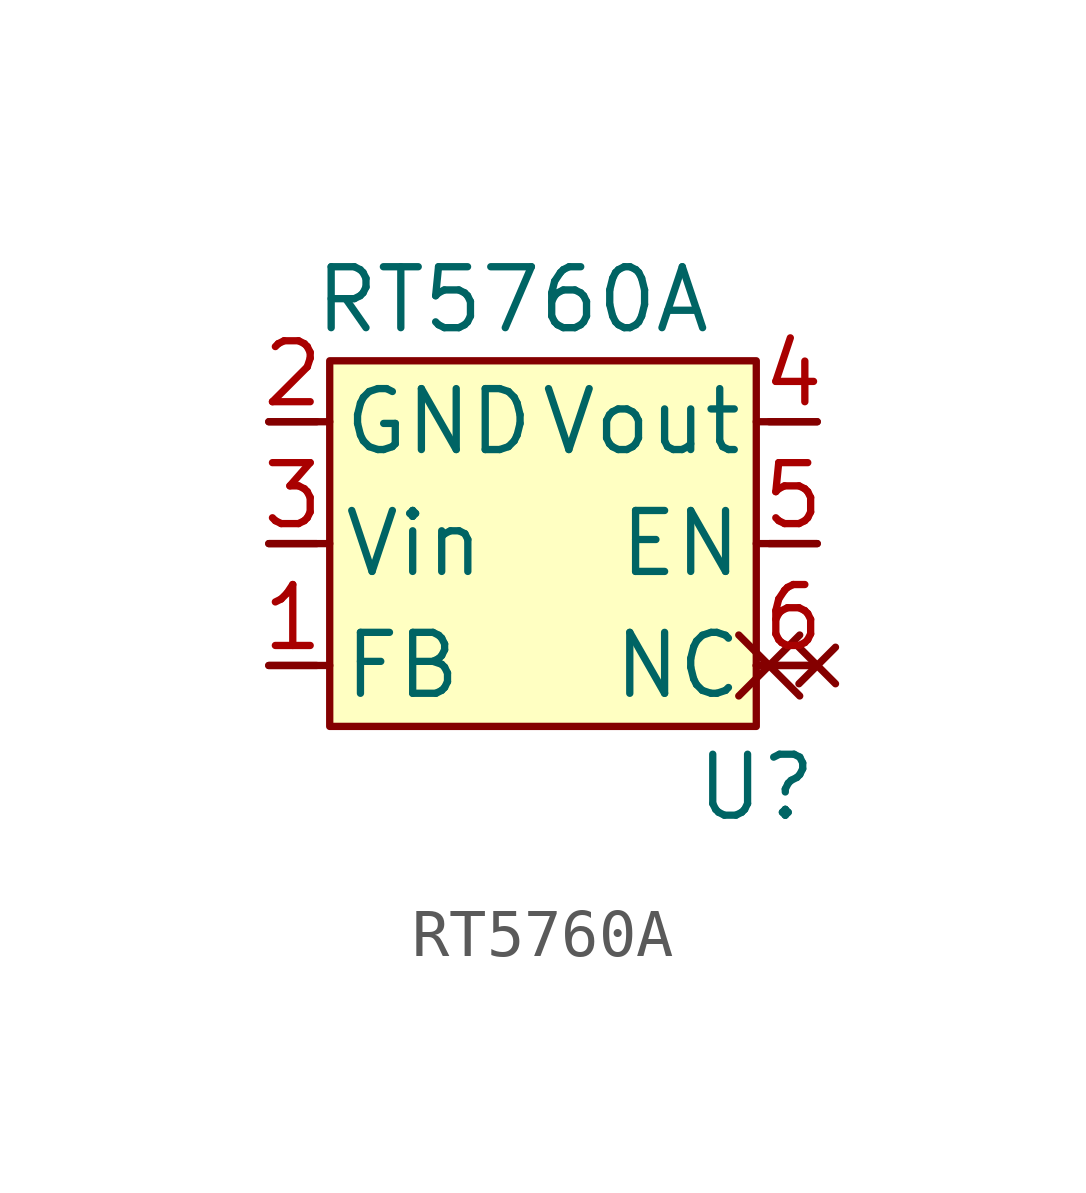
<source format=kicad_sym>
(kicad_symbol_lib
  (version 20211014)
  (generator kicad_symbol_editor)
  (symbol "RT5760A"
    (property "Reference" "U"
      (at 5.08 -10.16 0)
      (effects (font (size 1.27 1.27))))
    (property "Value" "RT5760A"
      (at 0 0 0)
      (effects (font (size 1.27 1.27))))
    (symbol "RT5760A_0_1"
      (rectangle (start -3.81 -1.27) (end 5.08 -8.89) (stroke (width 0) (type default) (color 0 0 0 0)) (fill (type background)))
      (polyline (pts (xy -5.08 -7.62) (xy -3.81 -7.62)) (stroke (width 0) (type default) (color 0 0 0 0)) (fill (type none)))
      (polyline (pts (xy -5.08 -2.54) (xy -3.81 -2.54)) (stroke (width 0) (type default) (color 0 0 0 0)) (fill (type none)))
      (polyline (pts (xy -3.81 -5.08) (xy -5.08 -5.08)) (stroke (width 0) (type default) (color 0 0 0 0)) (fill (type none)))
      (polyline (pts (xy 5.08 -7.62) (xy 5.08 -7.62)) (stroke (width 0) (type default) (color 0 0 0 0)) (fill (type none)))
      (polyline (pts (xy 5.08 -7.62) (xy 6.35 -7.62)) (stroke (width 0) (type default) (color 0 0 0 0)) (fill (type none)))
      (polyline (pts (xy 6.35 -5.08) (xy 5.08 -5.08)) (stroke (width 0) (type default) (color 0 0 0 0)) (fill (type none)))
      (polyline (pts (xy 6.35 -2.54) (xy 5.08 -2.54)) (stroke (width 0) (type default) (color 0 0 0 0)) (fill (type none))))
    (symbol "RT5760A_1_0"
      (pin input line (at -5.08 -7.62 0) (length 1) (name "FB" (effects (font (size 1.27 1.27)))) (number "1" (effects (font (size 1.27 1.27)))))
      (pin input line (at -5.08 -2.54 0) (length 1) (name "GND" (effects (font (size 1.27 1.27)))) (number "2" (effects (font (size 1.27 1.27)))))
      (pin input line (at -5.08 -5.08 0) (length 1) (name "Vin" (effects (font (size 1.27 1.27)))) (number "3" (effects (font (size 1.27 1.27)))))
      (pin output line (at 6.35 -2.54 180) (length 1) (name "Vout" (effects (font (size 1.27 1.27)))) (number "4" (effects (font (size 1.27 1.27)))))
      (pin output line (at 6.35 -5.08 180) (length 1) (name "EN" (effects (font (size 1.27 1.27)))) (number "5" (effects (font (size 1.27 1.27)))))
      (pin no_connect non_logic (at 6.35 -7.62 180) (length 1) (name "NC" (effects (font (size 1.27 1.27)))) (number "6" (effects (font (size 1.27 1.27))))))))
</source>
